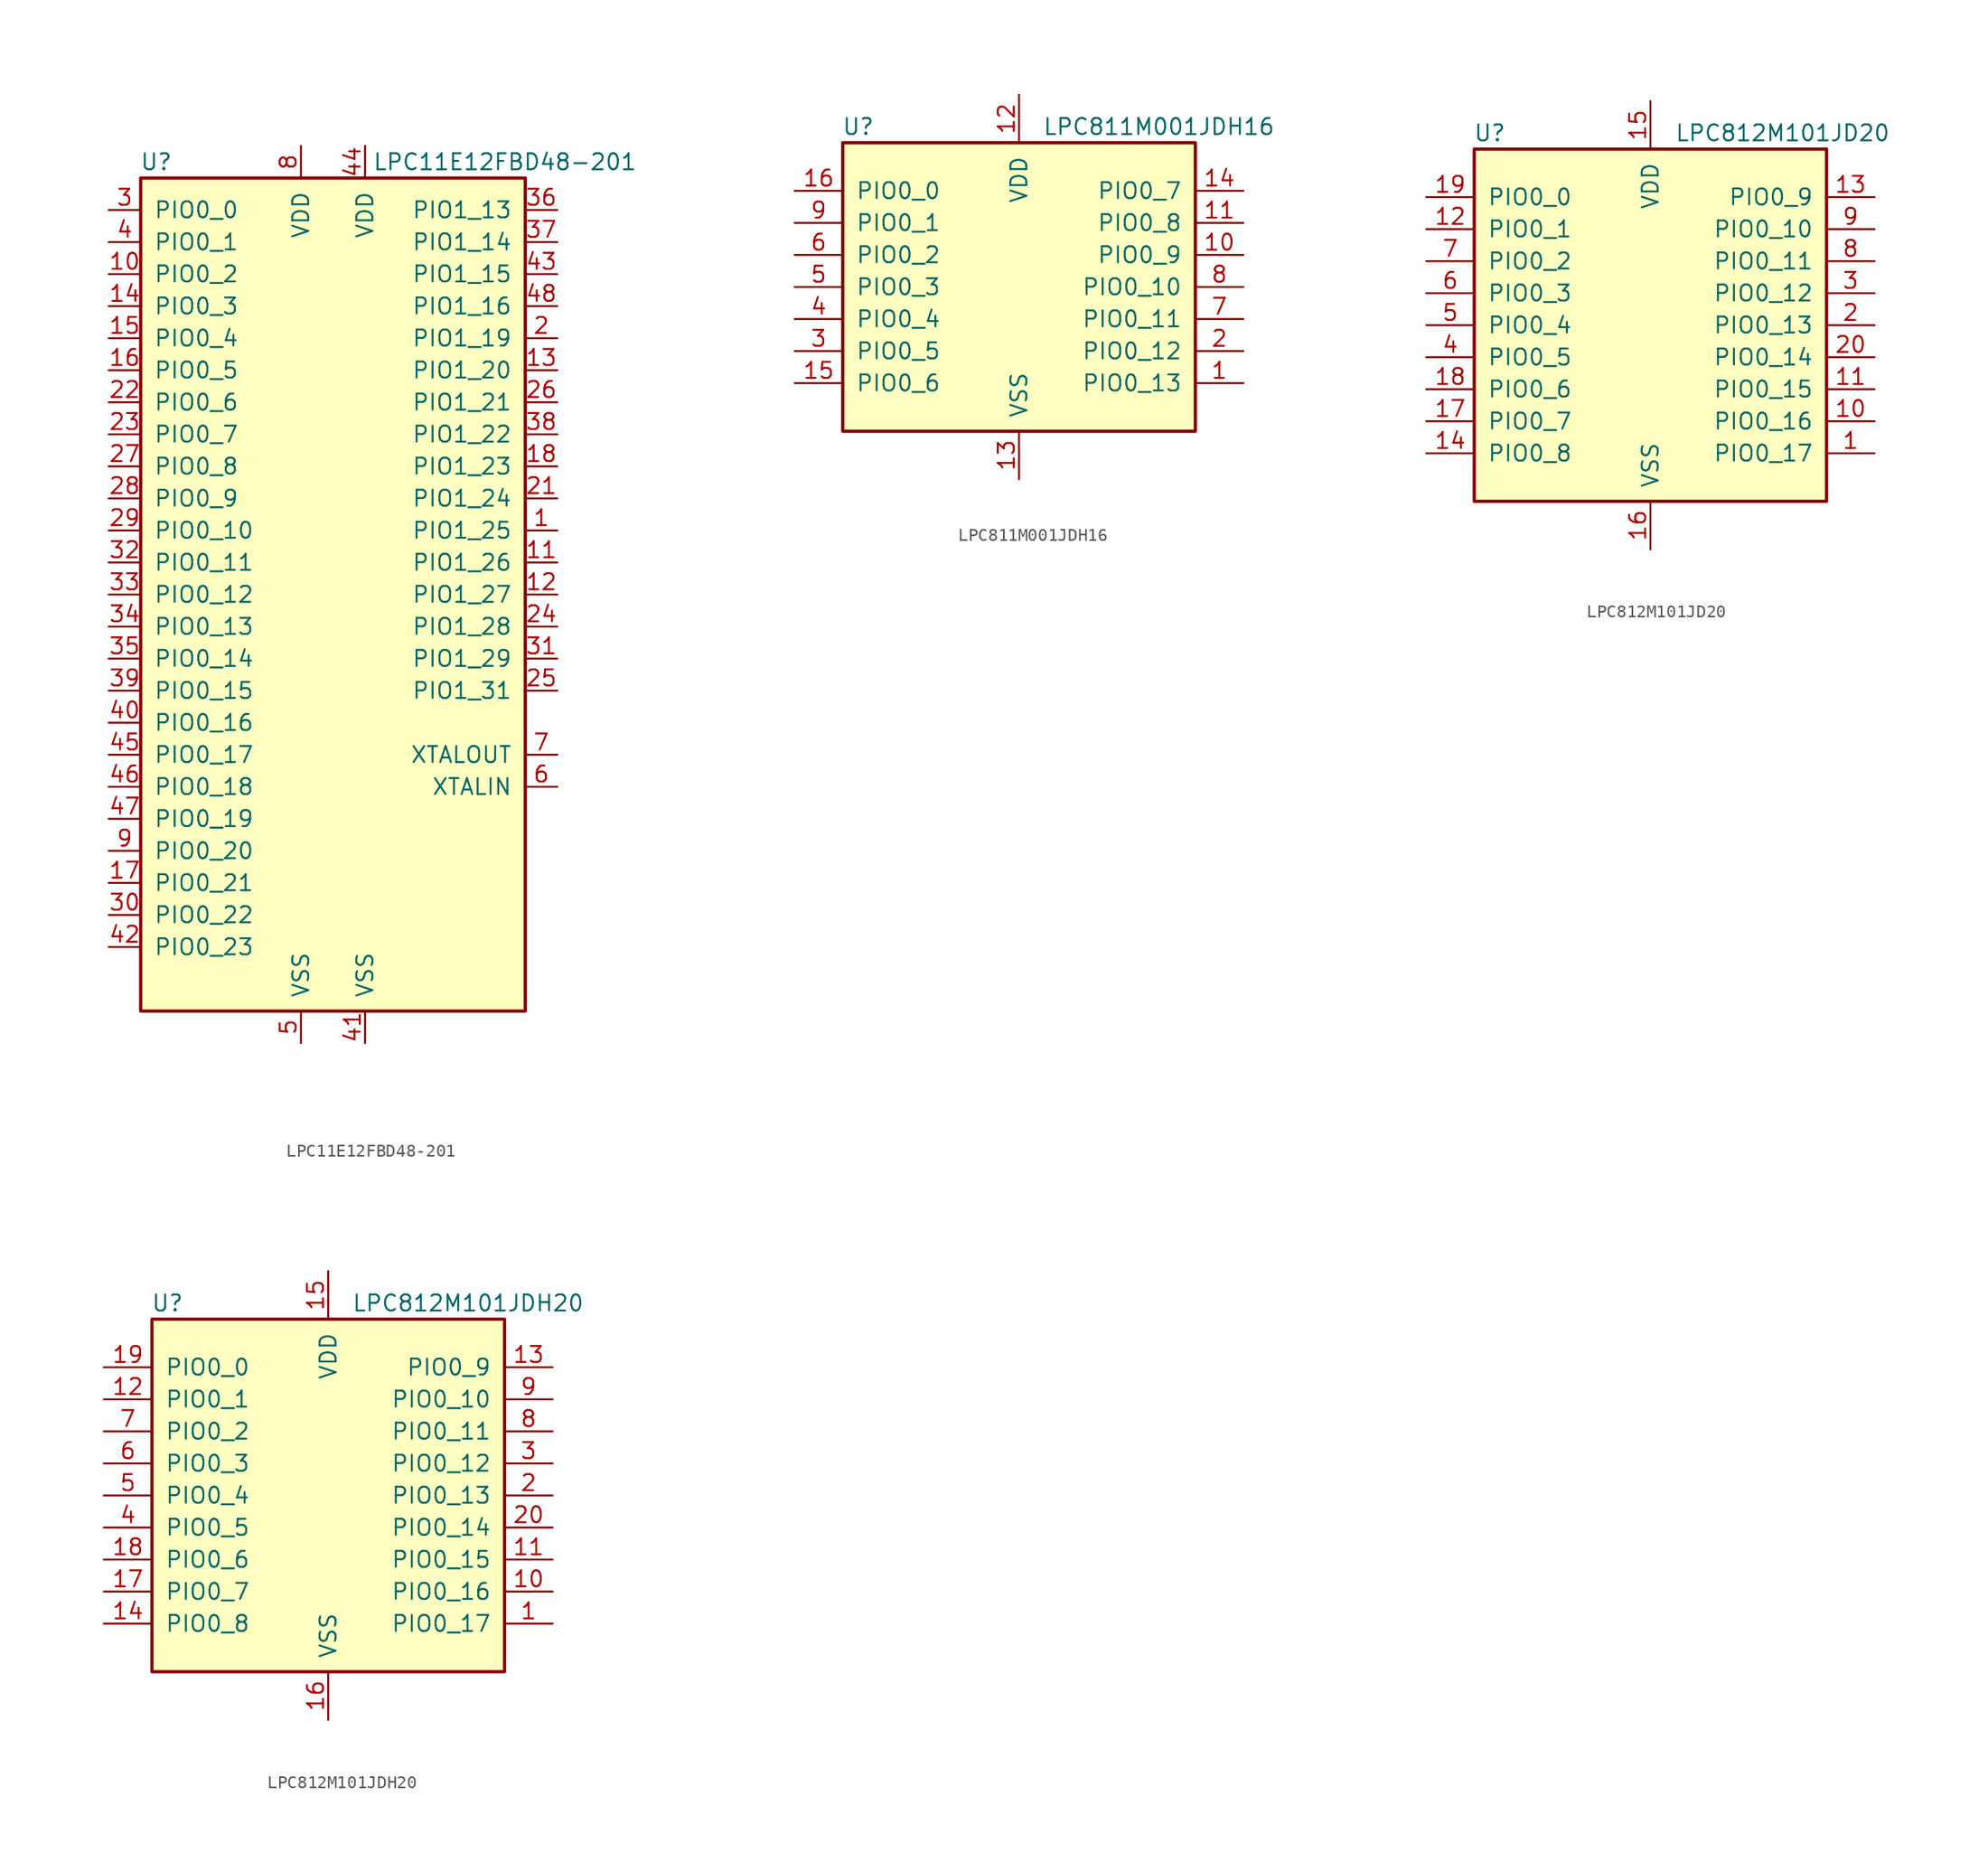
<source format=kicad_sym>
(kicad_symbol_lib
  (version 20211014)
  (generator kicad_symbol_editor)
  (symbol "LPC11E12FBD48-201"
    (pin_names
      (offset 1.016))
    (property "Reference" "U"
      (at -12.7 34.29 0)
      (effects (font (size 1.27 1.27)) (justify right)))
    (property "Value" "LPC11E12FBD48-201"
      (at 24.13 34.29 0)
      (effects (font (size 1.27 1.27)) (justify right)))
    (symbol "LPC11E12FBD48-201_0_1"
      (rectangle (start -15.24 33.02) (end 15.24 -33.02) (stroke (width 0.254) (type default) (color 0 0 0 0)) (fill (type background))))
    (symbol "LPC11E12FBD48-201_1_1"
      (pin bidirectional line (at 17.78 5.08 180) (length 2.54) (name "PIO1_25" (effects (font (size 1.27 1.27)))) (number "1" (effects (font (size 1.27 1.27)))))
      (pin bidirectional line (at -17.78 25.4 0) (length 2.54) (name "PIO0_2" (effects (font (size 1.27 1.27)))) (number "10" (effects (font (size 1.27 1.27)))))
      (pin bidirectional line (at 17.78 2.54 180) (length 2.54) (name "PIO1_26" (effects (font (size 1.27 1.27)))) (number "11" (effects (font (size 1.27 1.27)))))
      (pin bidirectional line (at 17.78 0 180) (length 2.54) (name "PIO1_27" (effects (font (size 1.27 1.27)))) (number "12" (effects (font (size 1.27 1.27)))))
      (pin bidirectional line (at 17.78 17.78 180) (length 2.54) (name "PIO1_20" (effects (font (size 1.27 1.27)))) (number "13" (effects (font (size 1.27 1.27)))))
      (pin bidirectional line (at -17.78 22.86 0) (length 2.54) (name "PIO0_3" (effects (font (size 1.27 1.27)))) (number "14" (effects (font (size 1.27 1.27)))))
      (pin open_collector line (at -17.78 20.32 0) (length 2.54) (name "PIO0_4" (effects (font (size 1.27 1.27)))) (number "15" (effects (font (size 1.27 1.27)))))
      (pin open_collector line (at -17.78 17.78 0) (length 2.54) (name "PIO0_5" (effects (font (size 1.27 1.27)))) (number "16" (effects (font (size 1.27 1.27)))))
      (pin bidirectional line (at -17.78 -22.86 0) (length 2.54) (name "PIO0_21" (effects (font (size 1.27 1.27)))) (number "17" (effects (font (size 1.27 1.27)))))
      (pin bidirectional line (at 17.78 10.16 180) (length 2.54) (name "PIO1_23" (effects (font (size 1.27 1.27)))) (number "18" (effects (font (size 1.27 1.27)))))
      (pin no_connect line (at 17.78 -22.86 180) (length 2.54) hide (name "NC" (effects (font (size 1.27 1.27)))) (number "19" (effects (font (size 1.27 1.27)))))
      (pin bidirectional line (at 17.78 20.32 180) (length 2.54) (name "PIO1_19" (effects (font (size 1.27 1.27)))) (number "2" (effects (font (size 1.27 1.27)))))
      (pin no_connect line (at 17.78 -20.32 180) (length 2.54) hide (name "NC" (effects (font (size 1.27 1.27)))) (number "20" (effects (font (size 1.27 1.27)))))
      (pin bidirectional line (at 17.78 7.62 180) (length 2.54) (name "PIO1_24" (effects (font (size 1.27 1.27)))) (number "21" (effects (font (size 1.27 1.27)))))
      (pin bidirectional line (at -17.78 15.24 0) (length 2.54) (name "PIO0_6" (effects (font (size 1.27 1.27)))) (number "22" (effects (font (size 1.27 1.27)))))
      (pin bidirectional line (at -17.78 12.7 0) (length 2.54) (name "PIO0_7" (effects (font (size 1.27 1.27)))) (number "23" (effects (font (size 1.27 1.27)))))
      (pin bidirectional line (at 17.78 -2.54 180) (length 2.54) (name "PIO1_28" (effects (font (size 1.27 1.27)))) (number "24" (effects (font (size 1.27 1.27)))))
      (pin bidirectional line (at 17.78 -7.62 180) (length 2.54) (name "PIO1_31" (effects (font (size 1.27 1.27)))) (number "25" (effects (font (size 1.27 1.27)))))
      (pin bidirectional line (at 17.78 15.24 180) (length 2.54) (name "PIO1_21" (effects (font (size 1.27 1.27)))) (number "26" (effects (font (size 1.27 1.27)))))
      (pin bidirectional line (at -17.78 10.16 0) (length 2.54) (name "PIO0_8" (effects (font (size 1.27 1.27)))) (number "27" (effects (font (size 1.27 1.27)))))
      (pin bidirectional line (at -17.78 7.62 0) (length 2.54) (name "PIO0_9" (effects (font (size 1.27 1.27)))) (number "28" (effects (font (size 1.27 1.27)))))
      (pin bidirectional line (at -17.78 5.08 0) (length 2.54) (name "PIO0_10" (effects (font (size 1.27 1.27)))) (number "29" (effects (font (size 1.27 1.27)))))
      (pin bidirectional line (at -17.78 30.48 0) (length 2.54) (name "PIO0_0" (effects (font (size 1.27 1.27)))) (number "3" (effects (font (size 1.27 1.27)))))
      (pin bidirectional line (at -17.78 -25.4 0) (length 2.54) (name "PIO0_22" (effects (font (size 1.27 1.27)))) (number "30" (effects (font (size 1.27 1.27)))))
      (pin bidirectional line (at 17.78 -5.08 180) (length 2.54) (name "PIO1_29" (effects (font (size 1.27 1.27)))) (number "31" (effects (font (size 1.27 1.27)))))
      (pin bidirectional line (at -17.78 2.54 0) (length 2.54) (name "PIO0_11" (effects (font (size 1.27 1.27)))) (number "32" (effects (font (size 1.27 1.27)))))
      (pin bidirectional line (at -17.78 0 0) (length 2.54) (name "PIO0_12" (effects (font (size 1.27 1.27)))) (number "33" (effects (font (size 1.27 1.27)))))
      (pin bidirectional line (at -17.78 -2.54 0) (length 2.54) (name "PIO0_13" (effects (font (size 1.27 1.27)))) (number "34" (effects (font (size 1.27 1.27)))))
      (pin bidirectional line (at -17.78 -5.08 0) (length 2.54) (name "PIO0_14" (effects (font (size 1.27 1.27)))) (number "35" (effects (font (size 1.27 1.27)))))
      (pin bidirectional line (at 17.78 30.48 180) (length 2.54) (name "PIO1_13" (effects (font (size 1.27 1.27)))) (number "36" (effects (font (size 1.27 1.27)))))
      (pin bidirectional line (at 17.78 27.94 180) (length 2.54) (name "PIO1_14" (effects (font (size 1.27 1.27)))) (number "37" (effects (font (size 1.27 1.27)))))
      (pin bidirectional line (at 17.78 12.7 180) (length 2.54) (name "PIO1_22" (effects (font (size 1.27 1.27)))) (number "38" (effects (font (size 1.27 1.27)))))
      (pin bidirectional line (at -17.78 -7.62 0) (length 2.54) (name "PIO0_15" (effects (font (size 1.27 1.27)))) (number "39" (effects (font (size 1.27 1.27)))))
      (pin bidirectional line (at -17.78 27.94 0) (length 2.54) (name "PIO0_1" (effects (font (size 1.27 1.27)))) (number "4" (effects (font (size 1.27 1.27)))))
      (pin bidirectional line (at -17.78 -10.16 0) (length 2.54) (name "PIO0_16" (effects (font (size 1.27 1.27)))) (number "40" (effects (font (size 1.27 1.27)))))
      (pin power_in line (at 2.54 -35.56 90) (length 2.54) (name "VSS" (effects (font (size 1.27 1.27)))) (number "41" (effects (font (size 1.27 1.27)))))
      (pin bidirectional line (at -17.78 -27.94 0) (length 2.54) (name "PIO0_23" (effects (font (size 1.27 1.27)))) (number "42" (effects (font (size 1.27 1.27)))))
      (pin bidirectional line (at 17.78 25.4 180) (length 2.54) (name "PIO1_15" (effects (font (size 1.27 1.27)))) (number "43" (effects (font (size 1.27 1.27)))))
      (pin power_in line (at 2.54 35.56 270) (length 2.54) (name "VDD" (effects (font (size 1.27 1.27)))) (number "44" (effects (font (size 1.27 1.27)))))
      (pin bidirectional line (at -17.78 -12.7 0) (length 2.54) (name "PIO0_17" (effects (font (size 1.27 1.27)))) (number "45" (effects (font (size 1.27 1.27)))))
      (pin bidirectional line (at -17.78 -15.24 0) (length 2.54) (name "PIO0_18" (effects (font (size 1.27 1.27)))) (number "46" (effects (font (size 1.27 1.27)))))
      (pin bidirectional line (at -17.78 -17.78 0) (length 2.54) (name "PIO0_19" (effects (font (size 1.27 1.27)))) (number "47" (effects (font (size 1.27 1.27)))))
      (pin bidirectional line (at 17.78 22.86 180) (length 2.54) (name "PIO1_16" (effects (font (size 1.27 1.27)))) (number "48" (effects (font (size 1.27 1.27)))))
      (pin power_in line (at -2.54 -35.56 90) (length 2.54) (name "VSS" (effects (font (size 1.27 1.27)))) (number "5" (effects (font (size 1.27 1.27)))))
      (pin passive line (at 17.78 -15.24 180) (length 2.54) (name "XTALIN" (effects (font (size 1.27 1.27)))) (number "6" (effects (font (size 1.27 1.27)))))
      (pin passive line (at 17.78 -12.7 180) (length 2.54) (name "XTALOUT" (effects (font (size 1.27 1.27)))) (number "7" (effects (font (size 1.27 1.27)))))
      (pin power_in line (at -2.54 35.56 270) (length 2.54) (name "VDD" (effects (font (size 1.27 1.27)))) (number "8" (effects (font (size 1.27 1.27)))))
      (pin bidirectional line (at -17.78 -20.32 0) (length 2.54) (name "PIO0_20" (effects (font (size 1.27 1.27)))) (number "9" (effects (font (size 1.27 1.27)))))))
  (symbol "LPC811M001JDH16"
    (pin_names
      (offset 1.016))
    (property "Reference" "U"
      (at -11.43 12.7 0)
      (effects (font (size 1.27 1.27)) (justify right)))
    (property "Value" "LPC811M001JDH16"
      (at 20.32 12.7 0)
      (effects (font (size 1.27 1.27)) (justify right)))
    (symbol "LPC811M001JDH16_0_1"
      (rectangle (start 13.97 11.43) (end -13.97 -11.43) (stroke (width 0.254) (type default) (color 0 0 0 0)) (fill (type background))))
    (symbol "LPC811M001JDH16_1_1"
      (pin bidirectional line (at 17.78 -7.62 180) (length 3.81) (name "PIO0_13" (effects (font (size 1.27 1.27)))) (number "1" (effects (font (size 1.27 1.27)))))
      (pin bidirectional line (at 17.78 2.54 180) (length 3.81) (name "PIO0_9" (effects (font (size 1.27 1.27)))) (number "10" (effects (font (size 1.27 1.27)))))
      (pin bidirectional line (at 17.78 5.08 180) (length 3.81) (name "PIO0_8" (effects (font (size 1.27 1.27)))) (number "11" (effects (font (size 1.27 1.27)))))
      (pin power_in line (at 0 15.24 270) (length 3.81) (name "VDD" (effects (font (size 1.27 1.27)))) (number "12" (effects (font (size 1.27 1.27)))))
      (pin power_in line (at 0 -15.24 90) (length 3.81) (name "VSS" (effects (font (size 1.27 1.27)))) (number "13" (effects (font (size 1.27 1.27)))))
      (pin bidirectional line (at 17.78 7.62 180) (length 3.81) (name "PIO0_7" (effects (font (size 1.27 1.27)))) (number "14" (effects (font (size 1.27 1.27)))))
      (pin bidirectional line (at -17.78 -7.62 0) (length 3.81) (name "PIO0_6" (effects (font (size 1.27 1.27)))) (number "15" (effects (font (size 1.27 1.27)))))
      (pin bidirectional line (at -17.78 7.62 0) (length 3.81) (name "PIO0_0" (effects (font (size 1.27 1.27)))) (number "16" (effects (font (size 1.27 1.27)))))
      (pin bidirectional line (at 17.78 -5.08 180) (length 3.81) (name "PIO0_12" (effects (font (size 1.27 1.27)))) (number "2" (effects (font (size 1.27 1.27)))))
      (pin bidirectional line (at -17.78 -5.08 0) (length 3.81) (name "PIO0_5" (effects (font (size 1.27 1.27)))) (number "3" (effects (font (size 1.27 1.27)))))
      (pin bidirectional line (at -17.78 -2.54 0) (length 3.81) (name "PIO0_4" (effects (font (size 1.27 1.27)))) (number "4" (effects (font (size 1.27 1.27)))))
      (pin bidirectional line (at -17.78 0 0) (length 3.81) (name "PIO0_3" (effects (font (size 1.27 1.27)))) (number "5" (effects (font (size 1.27 1.27)))))
      (pin bidirectional line (at -17.78 2.54 0) (length 3.81) (name "PIO0_2" (effects (font (size 1.27 1.27)))) (number "6" (effects (font (size 1.27 1.27)))))
      (pin bidirectional line (at 17.78 -2.54 180) (length 3.81) (name "PIO0_11" (effects (font (size 1.27 1.27)))) (number "7" (effects (font (size 1.27 1.27)))))
      (pin bidirectional line (at 17.78 0 180) (length 3.81) (name "PIO0_10" (effects (font (size 1.27 1.27)))) (number "8" (effects (font (size 1.27 1.27)))))
      (pin bidirectional line (at -17.78 5.08 0) (length 3.81) (name "PIO0_1" (effects (font (size 1.27 1.27)))) (number "9" (effects (font (size 1.27 1.27)))))))
  (symbol "LPC812M101JD20"
    (pin_names
      (offset 1.016))
    (property "Reference" "U"
      (at -11.43 15.24 0)
      (effects (font (size 1.27 1.27)) (justify right)))
    (property "Value" "LPC812M101JD20"
      (at 19.05 15.24 0)
      (effects (font (size 1.27 1.27)) (justify right)))
    (symbol "LPC812M101JD20_0_1"
      (rectangle (start 13.97 13.97) (end -13.97 -13.97) (stroke (width 0.254) (type default) (color 0 0 0 0)) (fill (type background))))
    (symbol "LPC812M101JD20_1_1"
      (pin bidirectional line (at 17.78 -10.16 180) (length 3.81) (name "PIO0_17" (effects (font (size 1.27 1.27)))) (number "1" (effects (font (size 1.27 1.27)))))
      (pin bidirectional line (at 17.78 -7.62 180) (length 3.81) (name "PIO0_16" (effects (font (size 1.27 1.27)))) (number "10" (effects (font (size 1.27 1.27)))))
      (pin bidirectional line (at 17.78 -5.08 180) (length 3.81) (name "PIO0_15" (effects (font (size 1.27 1.27)))) (number "11" (effects (font (size 1.27 1.27)))))
      (pin bidirectional line (at -17.78 7.62 0) (length 3.81) (name "PIO0_1" (effects (font (size 1.27 1.27)))) (number "12" (effects (font (size 1.27 1.27)))))
      (pin bidirectional line (at 17.78 10.16 180) (length 3.81) (name "PIO0_9" (effects (font (size 1.27 1.27)))) (number "13" (effects (font (size 1.27 1.27)))))
      (pin bidirectional line (at -17.78 -10.16 0) (length 3.81) (name "PIO0_8" (effects (font (size 1.27 1.27)))) (number "14" (effects (font (size 1.27 1.27)))))
      (pin power_in line (at 0 17.78 270) (length 3.81) (name "VDD" (effects (font (size 1.27 1.27)))) (number "15" (effects (font (size 1.27 1.27)))))
      (pin power_in line (at 0 -17.78 90) (length 3.81) (name "VSS" (effects (font (size 1.27 1.27)))) (number "16" (effects (font (size 1.27 1.27)))))
      (pin bidirectional line (at -17.78 -7.62 0) (length 3.81) (name "PIO0_7" (effects (font (size 1.27 1.27)))) (number "17" (effects (font (size 1.27 1.27)))))
      (pin bidirectional line (at -17.78 -5.08 0) (length 3.81) (name "PIO0_6" (effects (font (size 1.27 1.27)))) (number "18" (effects (font (size 1.27 1.27)))))
      (pin bidirectional line (at -17.78 10.16 0) (length 3.81) (name "PIO0_0" (effects (font (size 1.27 1.27)))) (number "19" (effects (font (size 1.27 1.27)))))
      (pin bidirectional line (at 17.78 0 180) (length 3.81) (name "PIO0_13" (effects (font (size 1.27 1.27)))) (number "2" (effects (font (size 1.27 1.27)))))
      (pin bidirectional line (at 17.78 -2.54 180) (length 3.81) (name "PIO0_14" (effects (font (size 1.27 1.27)))) (number "20" (effects (font (size 1.27 1.27)))))
      (pin bidirectional line (at 17.78 2.54 180) (length 3.81) (name "PIO0_12" (effects (font (size 1.27 1.27)))) (number "3" (effects (font (size 1.27 1.27)))))
      (pin bidirectional line (at -17.78 -2.54 0) (length 3.81) (name "PIO0_5" (effects (font (size 1.27 1.27)))) (number "4" (effects (font (size 1.27 1.27)))))
      (pin bidirectional line (at -17.78 0 0) (length 3.81) (name "PIO0_4" (effects (font (size 1.27 1.27)))) (number "5" (effects (font (size 1.27 1.27)))))
      (pin bidirectional line (at -17.78 2.54 0) (length 3.81) (name "PIO0_3" (effects (font (size 1.27 1.27)))) (number "6" (effects (font (size 1.27 1.27)))))
      (pin bidirectional line (at -17.78 5.08 0) (length 3.81) (name "PIO0_2" (effects (font (size 1.27 1.27)))) (number "7" (effects (font (size 1.27 1.27)))))
      (pin bidirectional line (at 17.78 5.08 180) (length 3.81) (name "PIO0_11" (effects (font (size 1.27 1.27)))) (number "8" (effects (font (size 1.27 1.27)))))
      (pin bidirectional line (at 17.78 7.62 180) (length 3.81) (name "PIO0_10" (effects (font (size 1.27 1.27)))) (number "9" (effects (font (size 1.27 1.27)))))))
  (symbol "LPC812M101JDH20"
    (pin_names
      (offset 1.016))
    (property "Reference" "U"
      (at -11.43 15.24 0)
      (effects (font (size 1.27 1.27)) (justify right)))
    (property "Value" "LPC812M101JDH20"
      (at 20.32 15.24 0)
      (effects (font (size 1.27 1.27)) (justify right)))
    (symbol "LPC812M101JDH20_0_1"
      (rectangle (start 13.97 13.97) (end -13.97 -13.97) (stroke (width 0.254) (type default) (color 0 0 0 0)) (fill (type background))))
    (symbol "LPC812M101JDH20_1_1"
      (pin bidirectional line (at 17.78 -10.16 180) (length 3.81) (name "PIO0_17" (effects (font (size 1.27 1.27)))) (number "1" (effects (font (size 1.27 1.27)))))
      (pin bidirectional line (at 17.78 -7.62 180) (length 3.81) (name "PIO0_16" (effects (font (size 1.27 1.27)))) (number "10" (effects (font (size 1.27 1.27)))))
      (pin bidirectional line (at 17.78 -5.08 180) (length 3.81) (name "PIO0_15" (effects (font (size 1.27 1.27)))) (number "11" (effects (font (size 1.27 1.27)))))
      (pin bidirectional line (at -17.78 7.62 0) (length 3.81) (name "PIO0_1" (effects (font (size 1.27 1.27)))) (number "12" (effects (font (size 1.27 1.27)))))
      (pin bidirectional line (at 17.78 10.16 180) (length 3.81) (name "PIO0_9" (effects (font (size 1.27 1.27)))) (number "13" (effects (font (size 1.27 1.27)))))
      (pin bidirectional line (at -17.78 -10.16 0) (length 3.81) (name "PIO0_8" (effects (font (size 1.27 1.27)))) (number "14" (effects (font (size 1.27 1.27)))))
      (pin power_in line (at 0 17.78 270) (length 3.81) (name "VDD" (effects (font (size 1.27 1.27)))) (number "15" (effects (font (size 1.27 1.27)))))
      (pin power_in line (at 0 -17.78 90) (length 3.81) (name "VSS" (effects (font (size 1.27 1.27)))) (number "16" (effects (font (size 1.27 1.27)))))
      (pin bidirectional line (at -17.78 -7.62 0) (length 3.81) (name "PIO0_7" (effects (font (size 1.27 1.27)))) (number "17" (effects (font (size 1.27 1.27)))))
      (pin bidirectional line (at -17.78 -5.08 0) (length 3.81) (name "PIO0_6" (effects (font (size 1.27 1.27)))) (number "18" (effects (font (size 1.27 1.27)))))
      (pin bidirectional line (at -17.78 10.16 0) (length 3.81) (name "PIO0_0" (effects (font (size 1.27 1.27)))) (number "19" (effects (font (size 1.27 1.27)))))
      (pin bidirectional line (at 17.78 0 180) (length 3.81) (name "PIO0_13" (effects (font (size 1.27 1.27)))) (number "2" (effects (font (size 1.27 1.27)))))
      (pin bidirectional line (at 17.78 -2.54 180) (length 3.81) (name "PIO0_14" (effects (font (size 1.27 1.27)))) (number "20" (effects (font (size 1.27 1.27)))))
      (pin bidirectional line (at 17.78 2.54 180) (length 3.81) (name "PIO0_12" (effects (font (size 1.27 1.27)))) (number "3" (effects (font (size 1.27 1.27)))))
      (pin bidirectional line (at -17.78 -2.54 0) (length 3.81) (name "PIO0_5" (effects (font (size 1.27 1.27)))) (number "4" (effects (font (size 1.27 1.27)))))
      (pin bidirectional line (at -17.78 0 0) (length 3.81) (name "PIO0_4" (effects (font (size 1.27 1.27)))) (number "5" (effects (font (size 1.27 1.27)))))
      (pin bidirectional line (at -17.78 2.54 0) (length 3.81) (name "PIO0_3" (effects (font (size 1.27 1.27)))) (number "6" (effects (font (size 1.27 1.27)))))
      (pin bidirectional line (at -17.78 5.08 0) (length 3.81) (name "PIO0_2" (effects (font (size 1.27 1.27)))) (number "7" (effects (font (size 1.27 1.27)))))
      (pin bidirectional line (at 17.78 5.08 180) (length 3.81) (name "PIO0_11" (effects (font (size 1.27 1.27)))) (number "8" (effects (font (size 1.27 1.27)))))
      (pin bidirectional line (at 17.78 7.62 180) (length 3.81) (name "PIO0_10" (effects (font (size 1.27 1.27)))) (number "9" (effects (font (size 1.27 1.27))))))))
</source>
